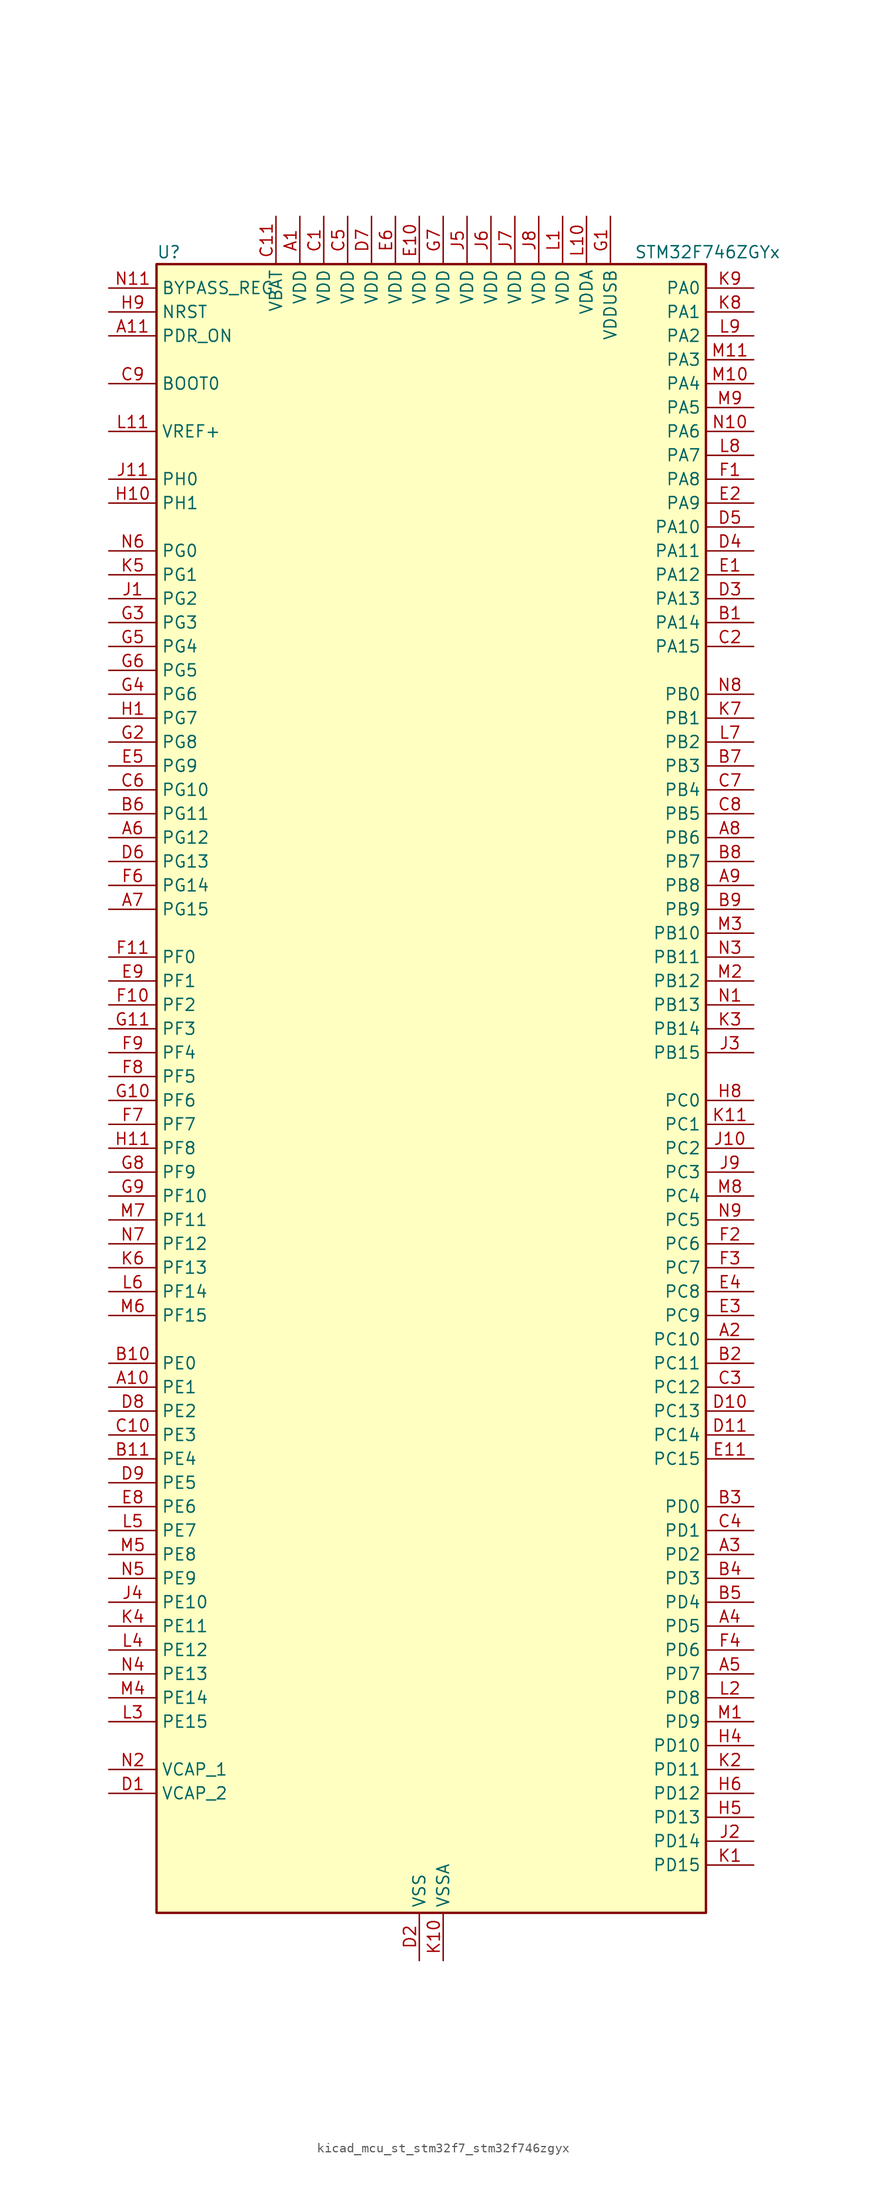
<source format=kicad_sym>
(kicad_symbol_lib
  (version 20220914)
  (generator kicad_symbol_editor)
  (symbol "kicad_mcu_st_stm32f7_stm32f746zgyx"
    (property "Reference" "U"
      (at -27.94 90.17 0)
      (effects (font (size 1.27 1.27)) (justify left)))
    (property "Value" "STM32F746ZGYx"
      (at 22.86 90.17 0)
      (effects (font (size 1.27 1.27)) (justify left)))
    (property "ki_locked" ""
      (at 0 0 0)
      (effects (font (size 1.27 1.27))))
    (symbol "kicad_mcu_st_stm32f7_stm32f746zgyx_0_1"
      (rectangle (start -27.94 -86.36) (end 30.48 88.9) (stroke (width 0.254) (type default)) (fill (type background))))
    (symbol "kicad_mcu_st_stm32f7_stm32f746zgyx_1_1"
      (pin power_in line (at -12.7 93.98 270) (length 5.08) (name "VDD" (effects (font (size 1.27 1.27)))) (number "A1" (effects (font (size 1.27 1.27)))))
      (pin bidirectional line (at -33.02 -30.48 0) (length 5.08) (name "PE1" (effects (font (size 1.27 1.27)))) (number "A10" (effects (font (size 1.27 1.27)))) (alternate "DCMI_D3" bidirectional line) (alternate "FMC_NBL1" bidirectional line) (alternate "LPTIM1_IN2" bidirectional line) (alternate "UART8_TX" bidirectional line))
      (pin input line (at -33.02 81.28 0) (length 5.08) (name "PDR_ON" (effects (font (size 1.27 1.27)))) (number "A11" (effects (font (size 1.27 1.27)))))
      (pin bidirectional line (at 35.56 -25.4 180) (length 5.08) (name "PC10" (effects (font (size 1.27 1.27)))) (number "A2" (effects (font (size 1.27 1.27)))) (alternate "DCMI_D8" bidirectional line) (alternate "I2S3_CK" bidirectional line) (alternate "LTDC_R2" bidirectional line) (alternate "QUADSPI_BK1_IO1" bidirectional line) (alternate "SDMMC1_D2" bidirectional line) (alternate "SPI3_SCK" bidirectional line) (alternate "UART4_TX" bidirectional line) (alternate "USART3_TX" bidirectional line))
      (pin bidirectional line (at 35.56 -48.26 180) (length 5.08) (name "PD2" (effects (font (size 1.27 1.27)))) (number "A3" (effects (font (size 1.27 1.27)))) (alternate "DCMI_D11" bidirectional line) (alternate "SDMMC1_CMD" bidirectional line) (alternate "SYS_TRACED2" bidirectional line) (alternate "TIM3_ETR" bidirectional line) (alternate "UART5_RX" bidirectional line))
      (pin bidirectional line (at 35.56 -55.88 180) (length 5.08) (name "PD5" (effects (font (size 1.27 1.27)))) (number "A4" (effects (font (size 1.27 1.27)))) (alternate "FMC_NWE" bidirectional line) (alternate "USART2_TX" bidirectional line))
      (pin bidirectional line (at 35.56 -60.96 180) (length 5.08) (name "PD7" (effects (font (size 1.27 1.27)))) (number "A5" (effects (font (size 1.27 1.27)))) (alternate "FMC_NE1" bidirectional line) (alternate "SPDIFRX_IN0" bidirectional line) (alternate "USART2_CK" bidirectional line))
      (pin bidirectional line (at -33.02 27.94 0) (length 5.08) (name "PG12" (effects (font (size 1.27 1.27)))) (number "A6" (effects (font (size 1.27 1.27)))) (alternate "FMC_NE4" bidirectional line) (alternate "LPTIM1_IN1" bidirectional line) (alternate "LTDC_B1" bidirectional line) (alternate "LTDC_B4" bidirectional line) (alternate "SPDIFRX_IN1" bidirectional line) (alternate "SPI6_MISO" bidirectional line) (alternate "USART6_DE" bidirectional line) (alternate "USART6_RTS" bidirectional line))
      (pin bidirectional line (at -33.02 20.32 0) (length 5.08) (name "PG15" (effects (font (size 1.27 1.27)))) (number "A7" (effects (font (size 1.27 1.27)))) (alternate "DCMI_D13" bidirectional line) (alternate "FMC_SDNCAS" bidirectional line) (alternate "USART6_CTS" bidirectional line))
      (pin bidirectional line (at 35.56 27.94 180) (length 5.08) (name "PB6" (effects (font (size 1.27 1.27)))) (number "A8" (effects (font (size 1.27 1.27)))) (alternate "CAN2_TX" bidirectional line) (alternate "CEC" bidirectional line) (alternate "DCMI_D5" bidirectional line) (alternate "FMC_SDNE1" bidirectional line) (alternate "I2C1_SCL" bidirectional line) (alternate "QUADSPI_BK1_NCS" bidirectional line) (alternate "TIM4_CH1" bidirectional line) (alternate "USART1_TX" bidirectional line))
      (pin bidirectional line (at 35.56 22.86 180) (length 5.08) (name "PB8" (effects (font (size 1.27 1.27)))) (number "A9" (effects (font (size 1.27 1.27)))) (alternate "CAN1_RX" bidirectional line) (alternate "DCMI_D6" bidirectional line) (alternate "ETH_TXD3" bidirectional line) (alternate "I2C1_SCL" bidirectional line) (alternate "LTDC_B6" bidirectional line) (alternate "SDMMC1_D4" bidirectional line) (alternate "TIM10_CH1" bidirectional line) (alternate "TIM4_CH3" bidirectional line))
      (pin bidirectional line (at 35.56 50.8 180) (length 5.08) (name "PA14" (effects (font (size 1.27 1.27)))) (number "B1" (effects (font (size 1.27 1.27)))) (alternate "SYS_JTCK-SWCLK" bidirectional line))
      (pin bidirectional line (at -33.02 -27.94 0) (length 5.08) (name "PE0" (effects (font (size 1.27 1.27)))) (number "B10" (effects (font (size 1.27 1.27)))) (alternate "DCMI_D2" bidirectional line) (alternate "FMC_NBL0" bidirectional line) (alternate "LPTIM1_ETR" bidirectional line) (alternate "SAI2_MCLK_A" bidirectional line) (alternate "TIM4_ETR" bidirectional line) (alternate "UART8_RX" bidirectional line))
      (pin bidirectional line (at -33.02 -38.1 0) (length 5.08) (name "PE4" (effects (font (size 1.27 1.27)))) (number "B11" (effects (font (size 1.27 1.27)))) (alternate "DCMI_D4" bidirectional line) (alternate "FMC_A20" bidirectional line) (alternate "LTDC_B0" bidirectional line) (alternate "SAI1_FS_A" bidirectional line) (alternate "SPI4_NSS" bidirectional line) (alternate "SYS_TRACED1" bidirectional line))
      (pin bidirectional line (at 35.56 -27.94 180) (length 5.08) (name "PC11" (effects (font (size 1.27 1.27)))) (number "B2" (effects (font (size 1.27 1.27)))) (alternate "ADC1_EXTI11" bidirectional line) (alternate "ADC2_EXTI11" bidirectional line) (alternate "ADC3_EXTI11" bidirectional line) (alternate "DCMI_D4" bidirectional line) (alternate "QUADSPI_BK2_NCS" bidirectional line) (alternate "SDMMC1_D3" bidirectional line) (alternate "SPI3_MISO" bidirectional line) (alternate "UART4_RX" bidirectional line) (alternate "USART3_RX" bidirectional line))
      (pin bidirectional line (at 35.56 -43.18 180) (length 5.08) (name "PD0" (effects (font (size 1.27 1.27)))) (number "B3" (effects (font (size 1.27 1.27)))) (alternate "CAN1_RX" bidirectional line) (alternate "FMC_D2" bidirectional line) (alternate "FMC_DA2" bidirectional line))
      (pin bidirectional line (at 35.56 -50.8 180) (length 5.08) (name "PD3" (effects (font (size 1.27 1.27)))) (number "B4" (effects (font (size 1.27 1.27)))) (alternate "DCMI_D5" bidirectional line) (alternate "FMC_CLK" bidirectional line) (alternate "I2S2_CK" bidirectional line) (alternate "LTDC_G7" bidirectional line) (alternate "SPI2_SCK" bidirectional line) (alternate "USART2_CTS" bidirectional line))
      (pin bidirectional line (at 35.56 -53.34 180) (length 5.08) (name "PD4" (effects (font (size 1.27 1.27)))) (number "B5" (effects (font (size 1.27 1.27)))) (alternate "FMC_NOE" bidirectional line) (alternate "USART2_DE" bidirectional line) (alternate "USART2_RTS" bidirectional line))
      (pin bidirectional line (at -33.02 30.48 0) (length 5.08) (name "PG11" (effects (font (size 1.27 1.27)))) (number "B6" (effects (font (size 1.27 1.27)))) (alternate "ADC1_EXTI11" bidirectional line) (alternate "ADC2_EXTI11" bidirectional line) (alternate "ADC3_EXTI11" bidirectional line) (alternate "DCMI_D3" bidirectional line) (alternate "ETH_TX_EN" bidirectional line) (alternate "LTDC_B3" bidirectional line) (alternate "SPDIFRX_IN0" bidirectional line))
      (pin bidirectional line (at 35.56 35.56 180) (length 5.08) (name "PB3" (effects (font (size 1.27 1.27)))) (number "B7" (effects (font (size 1.27 1.27)))) (alternate "I2S1_CK" bidirectional line) (alternate "I2S3_CK" bidirectional line) (alternate "SPI1_SCK" bidirectional line) (alternate "SPI3_SCK" bidirectional line) (alternate "SYS_JTDO-SWO" bidirectional line) (alternate "TIM2_CH2" bidirectional line))
      (pin bidirectional line (at 35.56 25.4 180) (length 5.08) (name "PB7" (effects (font (size 1.27 1.27)))) (number "B8" (effects (font (size 1.27 1.27)))) (alternate "DCMI_VSYNC" bidirectional line) (alternate "FMC_NL" bidirectional line) (alternate "I2C1_SDA" bidirectional line) (alternate "TIM4_CH2" bidirectional line) (alternate "USART1_RX" bidirectional line))
      (pin bidirectional line (at 35.56 20.32 180) (length 5.08) (name "PB9" (effects (font (size 1.27 1.27)))) (number "B9" (effects (font (size 1.27 1.27)))) (alternate "CAN1_TX" bidirectional line) (alternate "DAC_EXTI9" bidirectional line) (alternate "DCMI_D7" bidirectional line) (alternate "I2C1_SDA" bidirectional line) (alternate "I2S2_WS" bidirectional line) (alternate "LTDC_B7" bidirectional line) (alternate "SDMMC1_D5" bidirectional line) (alternate "SPI2_NSS" bidirectional line) (alternate "TIM11_CH1" bidirectional line) (alternate "TIM4_CH4" bidirectional line))
      (pin power_in line (at -10.16 93.98 270) (length 5.08) (name "VDD" (effects (font (size 1.27 1.27)))) (number "C1" (effects (font (size 1.27 1.27)))))
      (pin bidirectional line (at -33.02 -35.56 0) (length 5.08) (name "PE3" (effects (font (size 1.27 1.27)))) (number "C10" (effects (font (size 1.27 1.27)))) (alternate "FMC_A19" bidirectional line) (alternate "SAI1_SD_B" bidirectional line) (alternate "SYS_TRACED0" bidirectional line))
      (pin power_in line (at -15.24 93.98 270) (length 5.08) (name "VBAT" (effects (font (size 1.27 1.27)))) (number "C11" (effects (font (size 1.27 1.27)))))
      (pin bidirectional line (at 35.56 48.26 180) (length 5.08) (name "PA15" (effects (font (size 1.27 1.27)))) (number "C2" (effects (font (size 1.27 1.27)))) (alternate "CEC" bidirectional line) (alternate "I2S1_WS" bidirectional line) (alternate "I2S3_WS" bidirectional line) (alternate "SPI1_NSS" bidirectional line) (alternate "SPI3_NSS" bidirectional line) (alternate "SYS_JTDI" bidirectional line) (alternate "TIM2_CH1" bidirectional line) (alternate "TIM2_ETR" bidirectional line) (alternate "UART4_DE" bidirectional line) (alternate "UART4_RTS" bidirectional line))
      (pin bidirectional line (at 35.56 -30.48 180) (length 5.08) (name "PC12" (effects (font (size 1.27 1.27)))) (number "C3" (effects (font (size 1.27 1.27)))) (alternate "DCMI_D9" bidirectional line) (alternate "I2S3_SD" bidirectional line) (alternate "SDMMC1_CK" bidirectional line) (alternate "SPI3_MOSI" bidirectional line) (alternate "SYS_TRACED3" bidirectional line) (alternate "UART5_TX" bidirectional line) (alternate "USART3_CK" bidirectional line))
      (pin bidirectional line (at 35.56 -45.72 180) (length 5.08) (name "PD1" (effects (font (size 1.27 1.27)))) (number "C4" (effects (font (size 1.27 1.27)))) (alternate "CAN1_TX" bidirectional line) (alternate "FMC_D3" bidirectional line) (alternate "FMC_DA3" bidirectional line))
      (pin power_in line (at -7.62 93.98 270) (length 5.08) (name "VDD" (effects (font (size 1.27 1.27)))) (number "C5" (effects (font (size 1.27 1.27)))))
      (pin bidirectional line (at -33.02 33.02 0) (length 5.08) (name "PG10" (effects (font (size 1.27 1.27)))) (number "C6" (effects (font (size 1.27 1.27)))) (alternate "DCMI_D2" bidirectional line) (alternate "FMC_NE3" bidirectional line) (alternate "LTDC_B2" bidirectional line) (alternate "LTDC_G3" bidirectional line) (alternate "SAI2_SD_B" bidirectional line))
      (pin bidirectional line (at 35.56 33.02 180) (length 5.08) (name "PB4" (effects (font (size 1.27 1.27)))) (number "C7" (effects (font (size 1.27 1.27)))) (alternate "I2S2_WS" bidirectional line) (alternate "SPI1_MISO" bidirectional line) (alternate "SPI2_NSS" bidirectional line) (alternate "SPI3_MISO" bidirectional line) (alternate "SYS_JTRST" bidirectional line) (alternate "TIM3_CH1" bidirectional line))
      (pin bidirectional line (at 35.56 30.48 180) (length 5.08) (name "PB5" (effects (font (size 1.27 1.27)))) (number "C8" (effects (font (size 1.27 1.27)))) (alternate "CAN2_RX" bidirectional line) (alternate "DCMI_D10" bidirectional line) (alternate "ETH_PPS_OUT" bidirectional line) (alternate "FMC_SDCKE1" bidirectional line) (alternate "I2C1_SMBA" bidirectional line) (alternate "I2S1_SD" bidirectional line) (alternate "I2S3_SD" bidirectional line) (alternate "SPI1_MOSI" bidirectional line) (alternate "SPI3_MOSI" bidirectional line) (alternate "TIM3_CH2" bidirectional line) (alternate "USB_OTG_HS_ULPI_D7" bidirectional line))
      (pin input line (at -33.02 76.2 0) (length 5.08) (name "BOOT0" (effects (font (size 1.27 1.27)))) (number "C9" (effects (font (size 1.27 1.27)))))
      (pin power_out line (at -33.02 -73.66 0) (length 5.08) (name "VCAP_2" (effects (font (size 1.27 1.27)))) (number "D1" (effects (font (size 1.27 1.27)))))
      (pin bidirectional line (at 35.56 -33.02 180) (length 5.08) (name "PC13" (effects (font (size 1.27 1.27)))) (number "D10" (effects (font (size 1.27 1.27)))) (alternate "RTC_OUT" bidirectional line) (alternate "RTC_TAMP1" bidirectional line) (alternate "RTC_TS" bidirectional line) (alternate "SYS_WKUP4" bidirectional line))
      (pin bidirectional line (at 35.56 -35.56 180) (length 5.08) (name "PC14" (effects (font (size 1.27 1.27)))) (number "D11" (effects (font (size 1.27 1.27)))) (alternate "RCC_OSC32_IN" bidirectional line))
      (pin power_in line (at 0 -91.44 90) (length 5.08) (name "VSS" (effects (font (size 1.27 1.27)))) (number "D2" (effects (font (size 1.27 1.27)))))
      (pin bidirectional line (at 35.56 53.34 180) (length 5.08) (name "PA13" (effects (font (size 1.27 1.27)))) (number "D3" (effects (font (size 1.27 1.27)))) (alternate "SYS_JTMS-SWDIO" bidirectional line))
      (pin bidirectional line (at 35.56 58.42 180) (length 5.08) (name "PA11" (effects (font (size 1.27 1.27)))) (number "D4" (effects (font (size 1.27 1.27)))) (alternate "ADC1_EXTI11" bidirectional line) (alternate "ADC2_EXTI11" bidirectional line) (alternate "ADC3_EXTI11" bidirectional line) (alternate "CAN1_RX" bidirectional line) (alternate "LTDC_R4" bidirectional line) (alternate "TIM1_CH4" bidirectional line) (alternate "USART1_CTS" bidirectional line) (alternate "USB_OTG_FS_DM" bidirectional line))
      (pin bidirectional line (at 35.56 60.96 180) (length 5.08) (name "PA10" (effects (font (size 1.27 1.27)))) (number "D5" (effects (font (size 1.27 1.27)))) (alternate "DCMI_D1" bidirectional line) (alternate "TIM1_CH3" bidirectional line) (alternate "USART1_RX" bidirectional line) (alternate "USB_OTG_FS_ID" bidirectional line))
      (pin bidirectional line (at -33.02 25.4 0) (length 5.08) (name "PG13" (effects (font (size 1.27 1.27)))) (number "D6" (effects (font (size 1.27 1.27)))) (alternate "ETH_TXD0" bidirectional line) (alternate "FMC_A24" bidirectional line) (alternate "LPTIM1_OUT" bidirectional line) (alternate "LTDC_R0" bidirectional line) (alternate "SPI6_SCK" bidirectional line) (alternate "SYS_TRACED0" bidirectional line) (alternate "USART6_CTS" bidirectional line))
      (pin power_in line (at -5.08 93.98 270) (length 5.08) (name "VDD" (effects (font (size 1.27 1.27)))) (number "D7" (effects (font (size 1.27 1.27)))))
      (pin bidirectional line (at -33.02 -33.02 0) (length 5.08) (name "PE2" (effects (font (size 1.27 1.27)))) (number "D8" (effects (font (size 1.27 1.27)))) (alternate "ETH_TXD3" bidirectional line) (alternate "FMC_A23" bidirectional line) (alternate "QUADSPI_BK1_IO2" bidirectional line) (alternate "SAI1_MCLK_A" bidirectional line) (alternate "SPI4_SCK" bidirectional line) (alternate "SYS_TRACECLK" bidirectional line))
      (pin bidirectional line (at -33.02 -40.64 0) (length 5.08) (name "PE5" (effects (font (size 1.27 1.27)))) (number "D9" (effects (font (size 1.27 1.27)))) (alternate "DCMI_D6" bidirectional line) (alternate "FMC_A21" bidirectional line) (alternate "LTDC_G0" bidirectional line) (alternate "SAI1_SCK_A" bidirectional line) (alternate "SPI4_MISO" bidirectional line) (alternate "SYS_TRACED2" bidirectional line) (alternate "TIM9_CH1" bidirectional line))
      (pin bidirectional line (at 35.56 55.88 180) (length 5.08) (name "PA12" (effects (font (size 1.27 1.27)))) (number "E1" (effects (font (size 1.27 1.27)))) (alternate "CAN1_TX" bidirectional line) (alternate "LTDC_R5" bidirectional line) (alternate "SAI2_FS_B" bidirectional line) (alternate "TIM1_ETR" bidirectional line) (alternate "USART1_DE" bidirectional line) (alternate "USART1_RTS" bidirectional line) (alternate "USB_OTG_FS_DP" bidirectional line))
      (pin power_in line (at 0 93.98 270) (length 5.08) (name "VDD" (effects (font (size 1.27 1.27)))) (number "E10" (effects (font (size 1.27 1.27)))))
      (pin bidirectional line (at 35.56 -38.1 180) (length 5.08) (name "PC15" (effects (font (size 1.27 1.27)))) (number "E11" (effects (font (size 1.27 1.27)))) (alternate "RCC_OSC32_OUT" bidirectional line))
      (pin bidirectional line (at 35.56 63.5 180) (length 5.08) (name "PA9" (effects (font (size 1.27 1.27)))) (number "E2" (effects (font (size 1.27 1.27)))) (alternate "DAC_EXTI9" bidirectional line) (alternate "DCMI_D0" bidirectional line) (alternate "I2C3_SMBA" bidirectional line) (alternate "I2S2_CK" bidirectional line) (alternate "SPI2_SCK" bidirectional line) (alternate "TIM1_CH2" bidirectional line) (alternate "USART1_TX" bidirectional line) (alternate "USB_OTG_FS_VBUS" bidirectional line))
      (pin bidirectional line (at 35.56 -22.86 180) (length 5.08) (name "PC9" (effects (font (size 1.27 1.27)))) (number "E3" (effects (font (size 1.27 1.27)))) (alternate "DAC_EXTI9" bidirectional line) (alternate "DCMI_D3" bidirectional line) (alternate "I2C3_SDA" bidirectional line) (alternate "I2S_CKIN" bidirectional line) (alternate "QUADSPI_BK1_IO0" bidirectional line) (alternate "RCC_MCO_2" bidirectional line) (alternate "SDMMC1_D1" bidirectional line) (alternate "TIM3_CH4" bidirectional line) (alternate "TIM8_CH4" bidirectional line) (alternate "UART5_CTS" bidirectional line))
      (pin bidirectional line (at 35.56 -20.32 180) (length 5.08) (name "PC8" (effects (font (size 1.27 1.27)))) (number "E4" (effects (font (size 1.27 1.27)))) (alternate "DCMI_D2" bidirectional line) (alternate "SDMMC1_D0" bidirectional line) (alternate "SYS_TRACED1" bidirectional line) (alternate "TIM3_CH3" bidirectional line) (alternate "TIM8_CH3" bidirectional line) (alternate "UART5_DE" bidirectional line) (alternate "UART5_RTS" bidirectional line) (alternate "USART6_CK" bidirectional line))
      (pin bidirectional line (at -33.02 35.56 0) (length 5.08) (name "PG9" (effects (font (size 1.27 1.27)))) (number "E5" (effects (font (size 1.27 1.27)))) (alternate "DAC_EXTI9" bidirectional line) (alternate "DCMI_VSYNC" bidirectional line) (alternate "FMC_NCE" bidirectional line) (alternate "FMC_NE2" bidirectional line) (alternate "QUADSPI_BK2_IO2" bidirectional line) (alternate "SAI2_FS_B" bidirectional line) (alternate "SPDIFRX_IN3" bidirectional line) (alternate "USART6_RX" bidirectional line))
      (pin power_in line (at -2.54 93.98 270) (length 5.08) (name "VDD" (effects (font (size 1.27 1.27)))) (number "E6" (effects (font (size 1.27 1.27)))))
      (pin passive line (at 0 -91.44 90) (length 5.08) hide (name "VSS" (effects (font (size 1.27 1.27)))) (number "E7" (effects (font (size 1.27 1.27)))))
      (pin bidirectional line (at -33.02 -43.18 0) (length 5.08) (name "PE6" (effects (font (size 1.27 1.27)))) (number "E8" (effects (font (size 1.27 1.27)))) (alternate "DCMI_D7" bidirectional line) (alternate "FMC_A22" bidirectional line) (alternate "LTDC_G1" bidirectional line) (alternate "SAI1_SD_A" bidirectional line) (alternate "SAI2_MCLK_B" bidirectional line) (alternate "SPI4_MOSI" bidirectional line) (alternate "SYS_TRACED3" bidirectional line) (alternate "TIM1_BKIN2" bidirectional line) (alternate "TIM9_CH2" bidirectional line))
      (pin bidirectional line (at -33.02 12.7 0) (length 5.08) (name "PF1" (effects (font (size 1.27 1.27)))) (number "E9" (effects (font (size 1.27 1.27)))) (alternate "FMC_A1" bidirectional line) (alternate "I2C2_SCL" bidirectional line))
      (pin bidirectional line (at 35.56 66.04 180) (length 5.08) (name "PA8" (effects (font (size 1.27 1.27)))) (number "F1" (effects (font (size 1.27 1.27)))) (alternate "I2C3_SCL" bidirectional line) (alternate "LTDC_R6" bidirectional line) (alternate "RCC_MCO_1" bidirectional line) (alternate "TIM1_CH1" bidirectional line) (alternate "TIM8_BKIN2" bidirectional line) (alternate "USART1_CK" bidirectional line) (alternate "USB_OTG_FS_SOF" bidirectional line))
      (pin bidirectional line (at -33.02 10.16 0) (length 5.08) (name "PF2" (effects (font (size 1.27 1.27)))) (number "F10" (effects (font (size 1.27 1.27)))) (alternate "FMC_A2" bidirectional line) (alternate "I2C2_SMBA" bidirectional line))
      (pin bidirectional line (at -33.02 15.24 0) (length 5.08) (name "PF0" (effects (font (size 1.27 1.27)))) (number "F11" (effects (font (size 1.27 1.27)))) (alternate "FMC_A0" bidirectional line) (alternate "I2C2_SDA" bidirectional line))
      (pin bidirectional line (at 35.56 -15.24 180) (length 5.08) (name "PC6" (effects (font (size 1.27 1.27)))) (number "F2" (effects (font (size 1.27 1.27)))) (alternate "DCMI_D0" bidirectional line) (alternate "I2S2_MCK" bidirectional line) (alternate "LTDC_HSYNC" bidirectional line) (alternate "SDMMC1_D6" bidirectional line) (alternate "TIM3_CH1" bidirectional line) (alternate "TIM8_CH1" bidirectional line) (alternate "USART6_TX" bidirectional line))
      (pin bidirectional line (at 35.56 -17.78 180) (length 5.08) (name "PC7" (effects (font (size 1.27 1.27)))) (number "F3" (effects (font (size 1.27 1.27)))) (alternate "DCMI_D1" bidirectional line) (alternate "I2S3_MCK" bidirectional line) (alternate "LTDC_G6" bidirectional line) (alternate "SDMMC1_D7" bidirectional line) (alternate "TIM3_CH2" bidirectional line) (alternate "TIM8_CH2" bidirectional line) (alternate "USART6_RX" bidirectional line))
      (pin bidirectional line (at 35.56 -58.42 180) (length 5.08) (name "PD6" (effects (font (size 1.27 1.27)))) (number "F4" (effects (font (size 1.27 1.27)))) (alternate "DCMI_D10" bidirectional line) (alternate "FMC_NWAIT" bidirectional line) (alternate "I2S3_SD" bidirectional line) (alternate "LTDC_B2" bidirectional line) (alternate "SAI1_SD_A" bidirectional line) (alternate "SPI3_MOSI" bidirectional line) (alternate "USART2_RX" bidirectional line))
      (pin passive line (at 0 -91.44 90) (length 5.08) hide (name "VSS" (effects (font (size 1.27 1.27)))) (number "F5" (effects (font (size 1.27 1.27)))))
      (pin bidirectional line (at -33.02 22.86 0) (length 5.08) (name "PG14" (effects (font (size 1.27 1.27)))) (number "F6" (effects (font (size 1.27 1.27)))) (alternate "ETH_TXD1" bidirectional line) (alternate "FMC_A25" bidirectional line) (alternate "LPTIM1_ETR" bidirectional line) (alternate "LTDC_B0" bidirectional line) (alternate "QUADSPI_BK2_IO3" bidirectional line) (alternate "SPI6_MOSI" bidirectional line) (alternate "SYS_TRACED1" bidirectional line) (alternate "USART6_TX" bidirectional line))
      (pin bidirectional line (at -33.02 -2.54 0) (length 5.08) (name "PF7" (effects (font (size 1.27 1.27)))) (number "F7" (effects (font (size 1.27 1.27)))) (alternate "ADC3_IN5" bidirectional line) (alternate "QUADSPI_BK1_IO2" bidirectional line) (alternate "SAI1_MCLK_B" bidirectional line) (alternate "SPI5_SCK" bidirectional line) (alternate "TIM11_CH1" bidirectional line) (alternate "UART7_TX" bidirectional line))
      (pin bidirectional line (at -33.02 2.54 0) (length 5.08) (name "PF5" (effects (font (size 1.27 1.27)))) (number "F8" (effects (font (size 1.27 1.27)))) (alternate "ADC3_IN15" bidirectional line) (alternate "FMC_A5" bidirectional line))
      (pin bidirectional line (at -33.02 5.08 0) (length 5.08) (name "PF4" (effects (font (size 1.27 1.27)))) (number "F9" (effects (font (size 1.27 1.27)))) (alternate "ADC3_IN14" bidirectional line) (alternate "FMC_A4" bidirectional line))
      (pin power_in line (at 20.32 93.98 270) (length 5.08) (name "VDDUSB" (effects (font (size 1.27 1.27)))) (number "G1" (effects (font (size 1.27 1.27)))))
      (pin bidirectional line (at -33.02 0 0) (length 5.08) (name "PF6" (effects (font (size 1.27 1.27)))) (number "G10" (effects (font (size 1.27 1.27)))) (alternate "ADC3_IN4" bidirectional line) (alternate "QUADSPI_BK1_IO3" bidirectional line) (alternate "SAI1_SD_B" bidirectional line) (alternate "SPI5_NSS" bidirectional line) (alternate "TIM10_CH1" bidirectional line) (alternate "UART7_RX" bidirectional line))
      (pin bidirectional line (at -33.02 7.62 0) (length 5.08) (name "PF3" (effects (font (size 1.27 1.27)))) (number "G11" (effects (font (size 1.27 1.27)))) (alternate "ADC3_IN9" bidirectional line) (alternate "FMC_A3" bidirectional line))
      (pin bidirectional line (at -33.02 38.1 0) (length 5.08) (name "PG8" (effects (font (size 1.27 1.27)))) (number "G2" (effects (font (size 1.27 1.27)))) (alternate "ETH_PPS_OUT" bidirectional line) (alternate "FMC_SDCLK" bidirectional line) (alternate "SPDIFRX_IN2" bidirectional line) (alternate "SPI6_NSS" bidirectional line) (alternate "USART6_DE" bidirectional line) (alternate "USART6_RTS" bidirectional line))
      (pin bidirectional line (at -33.02 50.8 0) (length 5.08) (name "PG3" (effects (font (size 1.27 1.27)))) (number "G3" (effects (font (size 1.27 1.27)))) (alternate "FMC_A13" bidirectional line))
      (pin bidirectional line (at -33.02 43.18 0) (length 5.08) (name "PG6" (effects (font (size 1.27 1.27)))) (number "G4" (effects (font (size 1.27 1.27)))) (alternate "DCMI_D12" bidirectional line) (alternate "LTDC_R7" bidirectional line))
      (pin bidirectional line (at -33.02 48.26 0) (length 5.08) (name "PG4" (effects (font (size 1.27 1.27)))) (number "G5" (effects (font (size 1.27 1.27)))) (alternate "FMC_A14" bidirectional line) (alternate "FMC_BA0" bidirectional line))
      (pin bidirectional line (at -33.02 45.72 0) (length 5.08) (name "PG5" (effects (font (size 1.27 1.27)))) (number "G6" (effects (font (size 1.27 1.27)))) (alternate "FMC_A15" bidirectional line) (alternate "FMC_BA1" bidirectional line))
      (pin power_in line (at 2.54 93.98 270) (length 5.08) (name "VDD" (effects (font (size 1.27 1.27)))) (number "G7" (effects (font (size 1.27 1.27)))))
      (pin bidirectional line (at -33.02 -7.62 0) (length 5.08) (name "PF9" (effects (font (size 1.27 1.27)))) (number "G8" (effects (font (size 1.27 1.27)))) (alternate "ADC3_IN7" bidirectional line) (alternate "DAC_EXTI9" bidirectional line) (alternate "QUADSPI_BK1_IO1" bidirectional line) (alternate "SAI1_FS_B" bidirectional line) (alternate "SPI5_MOSI" bidirectional line) (alternate "TIM14_CH1" bidirectional line) (alternate "UART7_CTS" bidirectional line))
      (pin bidirectional line (at -33.02 -10.16 0) (length 5.08) (name "PF10" (effects (font (size 1.27 1.27)))) (number "G9" (effects (font (size 1.27 1.27)))) (alternate "ADC3_IN8" bidirectional line) (alternate "DCMI_D11" bidirectional line) (alternate "LTDC_DE" bidirectional line))
      (pin bidirectional line (at -33.02 40.64 0) (length 5.08) (name "PG7" (effects (font (size 1.27 1.27)))) (number "H1" (effects (font (size 1.27 1.27)))) (alternate "DCMI_D13" bidirectional line) (alternate "FMC_INT" bidirectional line) (alternate "LTDC_CLK" bidirectional line) (alternate "USART6_CK" bidirectional line))
      (pin bidirectional line (at -33.02 63.5 0) (length 5.08) (name "PH1" (effects (font (size 1.27 1.27)))) (number "H10" (effects (font (size 1.27 1.27)))) (alternate "RCC_OSC_OUT" bidirectional line))
      (pin bidirectional line (at -33.02 -5.08 0) (length 5.08) (name "PF8" (effects (font (size 1.27 1.27)))) (number "H11" (effects (font (size 1.27 1.27)))) (alternate "ADC3_IN6" bidirectional line) (alternate "QUADSPI_BK1_IO0" bidirectional line) (alternate "SAI1_SCK_B" bidirectional line) (alternate "SPI5_MISO" bidirectional line) (alternate "TIM13_CH1" bidirectional line) (alternate "UART7_DE" bidirectional line) (alternate "UART7_RTS" bidirectional line))
      (pin passive line (at 0 -91.44 90) (length 5.08) hide (name "VSS" (effects (font (size 1.27 1.27)))) (number "H2" (effects (font (size 1.27 1.27)))))
      (pin passive line (at 0 -91.44 90) (length 5.08) hide (name "VSS" (effects (font (size 1.27 1.27)))) (number "H3" (effects (font (size 1.27 1.27)))))
      (pin bidirectional line (at 35.56 -68.58 180) (length 5.08) (name "PD10" (effects (font (size 1.27 1.27)))) (number "H4" (effects (font (size 1.27 1.27)))) (alternate "FMC_D15" bidirectional line) (alternate "FMC_DA15" bidirectional line) (alternate "LTDC_B3" bidirectional line) (alternate "USART3_CK" bidirectional line))
      (pin bidirectional line (at 35.56 -76.2 180) (length 5.08) (name "PD13" (effects (font (size 1.27 1.27)))) (number "H5" (effects (font (size 1.27 1.27)))) (alternate "FMC_A18" bidirectional line) (alternate "I2C4_SDA" bidirectional line) (alternate "LPTIM1_OUT" bidirectional line) (alternate "QUADSPI_BK1_IO3" bidirectional line) (alternate "SAI2_SCK_A" bidirectional line) (alternate "TIM4_CH2" bidirectional line))
      (pin bidirectional line (at 35.56 -73.66 180) (length 5.08) (name "PD12" (effects (font (size 1.27 1.27)))) (number "H6" (effects (font (size 1.27 1.27)))) (alternate "FMC_A17" bidirectional line) (alternate "FMC_ALE" bidirectional line) (alternate "I2C4_SCL" bidirectional line) (alternate "LPTIM1_IN1" bidirectional line) (alternate "QUADSPI_BK1_IO1" bidirectional line) (alternate "SAI2_FS_A" bidirectional line) (alternate "TIM4_CH1" bidirectional line) (alternate "USART3_DE" bidirectional line) (alternate "USART3_RTS" bidirectional line))
      (pin passive line (at 0 -91.44 90) (length 5.08) hide (name "VSS" (effects (font (size 1.27 1.27)))) (number "H7" (effects (font (size 1.27 1.27)))))
      (pin bidirectional line (at 35.56 0 180) (length 5.08) (name "PC0" (effects (font (size 1.27 1.27)))) (number "H8" (effects (font (size 1.27 1.27)))) (alternate "ADC1_IN10" bidirectional line) (alternate "ADC2_IN10" bidirectional line) (alternate "ADC3_IN10" bidirectional line) (alternate "FMC_SDNWE" bidirectional line) (alternate "LTDC_R5" bidirectional line) (alternate "SAI2_FS_B" bidirectional line) (alternate "USB_OTG_HS_ULPI_STP" bidirectional line))
      (pin input line (at -33.02 83.82 0) (length 5.08) (name "NRST" (effects (font (size 1.27 1.27)))) (number "H9" (effects (font (size 1.27 1.27)))))
      (pin bidirectional line (at -33.02 53.34 0) (length 5.08) (name "PG2" (effects (font (size 1.27 1.27)))) (number "J1" (effects (font (size 1.27 1.27)))) (alternate "FMC_A12" bidirectional line))
      (pin bidirectional line (at 35.56 -5.08 180) (length 5.08) (name "PC2" (effects (font (size 1.27 1.27)))) (number "J10" (effects (font (size 1.27 1.27)))) (alternate "ADC1_IN12" bidirectional line) (alternate "ADC2_IN12" bidirectional line) (alternate "ADC3_IN12" bidirectional line) (alternate "ETH_TXD2" bidirectional line) (alternate "FMC_SDNE0" bidirectional line) (alternate "SPI2_MISO" bidirectional line) (alternate "USB_OTG_HS_ULPI_DIR" bidirectional line))
      (pin bidirectional line (at -33.02 66.04 0) (length 5.08) (name "PH0" (effects (font (size 1.27 1.27)))) (number "J11" (effects (font (size 1.27 1.27)))) (alternate "RCC_OSC_IN" bidirectional line))
      (pin bidirectional line (at 35.56 -78.74 180) (length 5.08) (name "PD14" (effects (font (size 1.27 1.27)))) (number "J2" (effects (font (size 1.27 1.27)))) (alternate "FMC_D0" bidirectional line) (alternate "FMC_DA0" bidirectional line) (alternate "TIM4_CH3" bidirectional line) (alternate "UART8_CTS" bidirectional line))
      (pin bidirectional line (at 35.56 5.08 180) (length 5.08) (name "PB15" (effects (font (size 1.27 1.27)))) (number "J3" (effects (font (size 1.27 1.27)))) (alternate "I2S2_SD" bidirectional line) (alternate "RTC_REFIN" bidirectional line) (alternate "SPI2_MOSI" bidirectional line) (alternate "TIM12_CH2" bidirectional line) (alternate "TIM1_CH3N" bidirectional line) (alternate "TIM8_CH3N" bidirectional line) (alternate "USB_OTG_HS_DP" bidirectional line))
      (pin bidirectional line (at -33.02 -53.34 0) (length 5.08) (name "PE10" (effects (font (size 1.27 1.27)))) (number "J4" (effects (font (size 1.27 1.27)))) (alternate "FMC_D7" bidirectional line) (alternate "FMC_DA7" bidirectional line) (alternate "QUADSPI_BK2_IO3" bidirectional line) (alternate "TIM1_CH2N" bidirectional line) (alternate "UART7_CTS" bidirectional line))
      (pin power_in line (at 5.08 93.98 270) (length 5.08) (name "VDD" (effects (font (size 1.27 1.27)))) (number "J5" (effects (font (size 1.27 1.27)))))
      (pin power_in line (at 7.62 93.98 270) (length 5.08) (name "VDD" (effects (font (size 1.27 1.27)))) (number "J6" (effects (font (size 1.27 1.27)))))
      (pin power_in line (at 10.16 93.98 270) (length 5.08) (name "VDD" (effects (font (size 1.27 1.27)))) (number "J7" (effects (font (size 1.27 1.27)))))
      (pin power_in line (at 12.7 93.98 270) (length 5.08) (name "VDD" (effects (font (size 1.27 1.27)))) (number "J8" (effects (font (size 1.27 1.27)))))
      (pin bidirectional line (at 35.56 -7.62 180) (length 5.08) (name "PC3" (effects (font (size 1.27 1.27)))) (number "J9" (effects (font (size 1.27 1.27)))) (alternate "ADC1_IN13" bidirectional line) (alternate "ADC2_IN13" bidirectional line) (alternate "ADC3_IN13" bidirectional line) (alternate "ETH_TX_CLK" bidirectional line) (alternate "FMC_SDCKE0" bidirectional line) (alternate "I2S2_SD" bidirectional line) (alternate "SPI2_MOSI" bidirectional line) (alternate "USB_OTG_HS_ULPI_NXT" bidirectional line))
      (pin bidirectional line (at 35.56 -81.28 180) (length 5.08) (name "PD15" (effects (font (size 1.27 1.27)))) (number "K1" (effects (font (size 1.27 1.27)))) (alternate "FMC_D1" bidirectional line) (alternate "FMC_DA1" bidirectional line) (alternate "TIM4_CH4" bidirectional line) (alternate "UART8_DE" bidirectional line) (alternate "UART8_RTS" bidirectional line))
      (pin power_in line (at 2.54 -91.44 90) (length 5.08) (name "VSSA" (effects (font (size 1.27 1.27)))) (number "K10" (effects (font (size 1.27 1.27)))))
      (pin bidirectional line (at 35.56 -2.54 180) (length 5.08) (name "PC1" (effects (font (size 1.27 1.27)))) (number "K11" (effects (font (size 1.27 1.27)))) (alternate "ADC1_IN11" bidirectional line) (alternate "ADC2_IN11" bidirectional line) (alternate "ADC3_IN11" bidirectional line) (alternate "ETH_MDC" bidirectional line) (alternate "I2S2_SD" bidirectional line) (alternate "RTC_TAMP3" bidirectional line) (alternate "RTC_TS" bidirectional line) (alternate "SAI1_SD_A" bidirectional line) (alternate "SPI2_MOSI" bidirectional line) (alternate "SYS_TRACED0" bidirectional line) (alternate "SYS_WKUP3" bidirectional line))
      (pin bidirectional line (at 35.56 -71.12 180) (length 5.08) (name "PD11" (effects (font (size 1.27 1.27)))) (number "K2" (effects (font (size 1.27 1.27)))) (alternate "ADC1_EXTI11" bidirectional line) (alternate "ADC2_EXTI11" bidirectional line) (alternate "ADC3_EXTI11" bidirectional line) (alternate "FMC_A16" bidirectional line) (alternate "FMC_CLE" bidirectional line) (alternate "I2C4_SMBA" bidirectional line) (alternate "QUADSPI_BK1_IO0" bidirectional line) (alternate "SAI2_SD_A" bidirectional line) (alternate "USART3_CTS" bidirectional line))
      (pin bidirectional line (at 35.56 7.62 180) (length 5.08) (name "PB14" (effects (font (size 1.27 1.27)))) (number "K3" (effects (font (size 1.27 1.27)))) (alternate "SPI2_MISO" bidirectional line) (alternate "TIM12_CH1" bidirectional line) (alternate "TIM1_CH2N" bidirectional line) (alternate "TIM8_CH2N" bidirectional line) (alternate "USART3_DE" bidirectional line) (alternate "USART3_RTS" bidirectional line) (alternate "USB_OTG_HS_DM" bidirectional line))
      (pin bidirectional line (at -33.02 -55.88 0) (length 5.08) (name "PE11" (effects (font (size 1.27 1.27)))) (number "K4" (effects (font (size 1.27 1.27)))) (alternate "ADC1_EXTI11" bidirectional line) (alternate "ADC2_EXTI11" bidirectional line) (alternate "ADC3_EXTI11" bidirectional line) (alternate "FMC_D8" bidirectional line) (alternate "FMC_DA8" bidirectional line) (alternate "LTDC_G3" bidirectional line) (alternate "SAI2_SD_B" bidirectional line) (alternate "SPI4_NSS" bidirectional line) (alternate "TIM1_CH2" bidirectional line))
      (pin bidirectional line (at -33.02 55.88 0) (length 5.08) (name "PG1" (effects (font (size 1.27 1.27)))) (number "K5" (effects (font (size 1.27 1.27)))) (alternate "FMC_A11" bidirectional line))
      (pin bidirectional line (at -33.02 -17.78 0) (length 5.08) (name "PF13" (effects (font (size 1.27 1.27)))) (number "K6" (effects (font (size 1.27 1.27)))) (alternate "FMC_A7" bidirectional line) (alternate "I2C4_SMBA" bidirectional line))
      (pin bidirectional line (at 35.56 40.64 180) (length 5.08) (name "PB1" (effects (font (size 1.27 1.27)))) (number "K7" (effects (font (size 1.27 1.27)))) (alternate "ADC1_IN9" bidirectional line) (alternate "ADC2_IN9" bidirectional line) (alternate "ETH_RXD3" bidirectional line) (alternate "LTDC_R6" bidirectional line) (alternate "TIM1_CH3N" bidirectional line) (alternate "TIM3_CH4" bidirectional line) (alternate "TIM8_CH3N" bidirectional line) (alternate "USB_OTG_HS_ULPI_D2" bidirectional line))
      (pin bidirectional line (at 35.56 83.82 180) (length 5.08) (name "PA1" (effects (font (size 1.27 1.27)))) (number "K8" (effects (font (size 1.27 1.27)))) (alternate "ADC1_IN1" bidirectional line) (alternate "ADC2_IN1" bidirectional line) (alternate "ADC3_IN1" bidirectional line) (alternate "ETH_REF_CLK" bidirectional line) (alternate "ETH_RX_CLK" bidirectional line) (alternate "LTDC_R2" bidirectional line) (alternate "QUADSPI_BK1_IO3" bidirectional line) (alternate "SAI2_MCLK_B" bidirectional line) (alternate "TIM2_CH2" bidirectional line) (alternate "TIM5_CH2" bidirectional line) (alternate "UART4_RX" bidirectional line) (alternate "USART2_DE" bidirectional line) (alternate "USART2_RTS" bidirectional line))
      (pin bidirectional line (at 35.56 86.36 180) (length 5.08) (name "PA0" (effects (font (size 1.27 1.27)))) (number "K9" (effects (font (size 1.27 1.27)))) (alternate "ADC1_IN0" bidirectional line) (alternate "ADC2_IN0" bidirectional line) (alternate "ADC3_IN0" bidirectional line) (alternate "ETH_CRS" bidirectional line) (alternate "SAI2_SD_B" bidirectional line) (alternate "SYS_WKUP1" bidirectional line) (alternate "TIM2_CH1" bidirectional line) (alternate "TIM2_ETR" bidirectional line) (alternate "TIM5_CH1" bidirectional line) (alternate "TIM8_ETR" bidirectional line) (alternate "UART4_TX" bidirectional line) (alternate "USART2_CTS" bidirectional line))
      (pin power_in line (at 15.24 93.98 270) (length 5.08) (name "VDD" (effects (font (size 1.27 1.27)))) (number "L1" (effects (font (size 1.27 1.27)))))
      (pin power_in line (at 17.78 93.98 270) (length 5.08) (name "VDDA" (effects (font (size 1.27 1.27)))) (number "L10" (effects (font (size 1.27 1.27)))))
      (pin input line (at -33.02 71.12 0) (length 5.08) (name "VREF+" (effects (font (size 1.27 1.27)))) (number "L11" (effects (font (size 1.27 1.27)))))
      (pin bidirectional line (at 35.56 -63.5 180) (length 5.08) (name "PD8" (effects (font (size 1.27 1.27)))) (number "L2" (effects (font (size 1.27 1.27)))) (alternate "FMC_D13" bidirectional line) (alternate "FMC_DA13" bidirectional line) (alternate "SPDIFRX_IN1" bidirectional line) (alternate "USART3_TX" bidirectional line))
      (pin bidirectional line (at -33.02 -66.04 0) (length 5.08) (name "PE15" (effects (font (size 1.27 1.27)))) (number "L3" (effects (font (size 1.27 1.27)))) (alternate "FMC_D12" bidirectional line) (alternate "FMC_DA12" bidirectional line) (alternate "LTDC_R7" bidirectional line) (alternate "TIM1_BKIN" bidirectional line))
      (pin bidirectional line (at -33.02 -58.42 0) (length 5.08) (name "PE12" (effects (font (size 1.27 1.27)))) (number "L4" (effects (font (size 1.27 1.27)))) (alternate "FMC_D9" bidirectional line) (alternate "FMC_DA9" bidirectional line) (alternate "LTDC_B4" bidirectional line) (alternate "SAI2_SCK_B" bidirectional line) (alternate "SPI4_SCK" bidirectional line) (alternate "TIM1_CH3N" bidirectional line))
      (pin bidirectional line (at -33.02 -45.72 0) (length 5.08) (name "PE7" (effects (font (size 1.27 1.27)))) (number "L5" (effects (font (size 1.27 1.27)))) (alternate "FMC_D4" bidirectional line) (alternate "FMC_DA4" bidirectional line) (alternate "QUADSPI_BK2_IO0" bidirectional line) (alternate "TIM1_ETR" bidirectional line) (alternate "UART7_RX" bidirectional line))
      (pin bidirectional line (at -33.02 -20.32 0) (length 5.08) (name "PF14" (effects (font (size 1.27 1.27)))) (number "L6" (effects (font (size 1.27 1.27)))) (alternate "FMC_A8" bidirectional line) (alternate "I2C4_SCL" bidirectional line))
      (pin bidirectional line (at 35.56 38.1 180) (length 5.08) (name "PB2" (effects (font (size 1.27 1.27)))) (number "L7" (effects (font (size 1.27 1.27)))) (alternate "I2S3_SD" bidirectional line) (alternate "QUADSPI_CLK" bidirectional line) (alternate "SAI1_SD_A" bidirectional line) (alternate "SPI3_MOSI" bidirectional line))
      (pin bidirectional line (at 35.56 68.58 180) (length 5.08) (name "PA7" (effects (font (size 1.27 1.27)))) (number "L8" (effects (font (size 1.27 1.27)))) (alternate "ADC1_IN7" bidirectional line) (alternate "ADC2_IN7" bidirectional line) (alternate "ETH_CRS_DV" bidirectional line) (alternate "ETH_RX_DV" bidirectional line) (alternate "FMC_SDNWE" bidirectional line) (alternate "I2S1_SD" bidirectional line) (alternate "SPI1_MOSI" bidirectional line) (alternate "TIM14_CH1" bidirectional line) (alternate "TIM1_CH1N" bidirectional line) (alternate "TIM3_CH2" bidirectional line) (alternate "TIM8_CH1N" bidirectional line))
      (pin bidirectional line (at 35.56 81.28 180) (length 5.08) (name "PA2" (effects (font (size 1.27 1.27)))) (number "L9" (effects (font (size 1.27 1.27)))) (alternate "ADC1_IN2" bidirectional line) (alternate "ADC2_IN2" bidirectional line) (alternate "ADC3_IN2" bidirectional line) (alternate "ETH_MDIO" bidirectional line) (alternate "LTDC_R1" bidirectional line) (alternate "SAI2_SCK_B" bidirectional line) (alternate "SYS_WKUP2" bidirectional line) (alternate "TIM2_CH3" bidirectional line) (alternate "TIM5_CH3" bidirectional line) (alternate "TIM9_CH1" bidirectional line) (alternate "USART2_TX" bidirectional line))
      (pin bidirectional line (at 35.56 -66.04 180) (length 5.08) (name "PD9" (effects (font (size 1.27 1.27)))) (number "M1" (effects (font (size 1.27 1.27)))) (alternate "DAC_EXTI9" bidirectional line) (alternate "FMC_D14" bidirectional line) (alternate "FMC_DA14" bidirectional line) (alternate "USART3_RX" bidirectional line))
      (pin bidirectional line (at 35.56 76.2 180) (length 5.08) (name "PA4" (effects (font (size 1.27 1.27)))) (number "M10" (effects (font (size 1.27 1.27)))) (alternate "ADC1_IN4" bidirectional line) (alternate "ADC2_IN4" bidirectional line) (alternate "DAC_OUT1" bidirectional line) (alternate "DCMI_HSYNC" bidirectional line) (alternate "I2S1_WS" bidirectional line) (alternate "I2S3_WS" bidirectional line) (alternate "LTDC_VSYNC" bidirectional line) (alternate "SPI1_NSS" bidirectional line) (alternate "SPI3_NSS" bidirectional line) (alternate "USART2_CK" bidirectional line) (alternate "USB_OTG_HS_SOF" bidirectional line))
      (pin bidirectional line (at 35.56 78.74 180) (length 5.08) (name "PA3" (effects (font (size 1.27 1.27)))) (number "M11" (effects (font (size 1.27 1.27)))) (alternate "ADC1_IN3" bidirectional line) (alternate "ADC2_IN3" bidirectional line) (alternate "ADC3_IN3" bidirectional line) (alternate "ETH_COL" bidirectional line) (alternate "LTDC_B5" bidirectional line) (alternate "TIM2_CH4" bidirectional line) (alternate "TIM5_CH4" bidirectional line) (alternate "TIM9_CH2" bidirectional line) (alternate "USART2_RX" bidirectional line) (alternate "USB_OTG_HS_ULPI_D0" bidirectional line))
      (pin bidirectional line (at 35.56 12.7 180) (length 5.08) (name "PB12" (effects (font (size 1.27 1.27)))) (number "M2" (effects (font (size 1.27 1.27)))) (alternate "CAN2_RX" bidirectional line) (alternate "ETH_TXD0" bidirectional line) (alternate "I2C2_SMBA" bidirectional line) (alternate "I2S2_WS" bidirectional line) (alternate "SPI2_NSS" bidirectional line) (alternate "TIM1_BKIN" bidirectional line) (alternate "USART3_CK" bidirectional line) (alternate "USB_OTG_HS_ID" bidirectional line) (alternate "USB_OTG_HS_ULPI_D5" bidirectional line))
      (pin bidirectional line (at 35.56 17.78 180) (length 5.08) (name "PB10" (effects (font (size 1.27 1.27)))) (number "M3" (effects (font (size 1.27 1.27)))) (alternate "ETH_RX_ER" bidirectional line) (alternate "I2C2_SCL" bidirectional line) (alternate "I2S2_CK" bidirectional line) (alternate "LTDC_G4" bidirectional line) (alternate "SPI2_SCK" bidirectional line) (alternate "TIM2_CH3" bidirectional line) (alternate "USART3_TX" bidirectional line) (alternate "USB_OTG_HS_ULPI_D3" bidirectional line))
      (pin bidirectional line (at -33.02 -63.5 0) (length 5.08) (name "PE14" (effects (font (size 1.27 1.27)))) (number "M4" (effects (font (size 1.27 1.27)))) (alternate "FMC_D11" bidirectional line) (alternate "FMC_DA11" bidirectional line) (alternate "LTDC_CLK" bidirectional line) (alternate "SAI2_MCLK_B" bidirectional line) (alternate "SPI4_MOSI" bidirectional line) (alternate "TIM1_CH4" bidirectional line))
      (pin bidirectional line (at -33.02 -48.26 0) (length 5.08) (name "PE8" (effects (font (size 1.27 1.27)))) (number "M5" (effects (font (size 1.27 1.27)))) (alternate "FMC_D5" bidirectional line) (alternate "FMC_DA5" bidirectional line) (alternate "QUADSPI_BK2_IO1" bidirectional line) (alternate "TIM1_CH1N" bidirectional line) (alternate "UART7_TX" bidirectional line))
      (pin bidirectional line (at -33.02 -22.86 0) (length 5.08) (name "PF15" (effects (font (size 1.27 1.27)))) (number "M6" (effects (font (size 1.27 1.27)))) (alternate "FMC_A9" bidirectional line) (alternate "I2C4_SDA" bidirectional line))
      (pin bidirectional line (at -33.02 -12.7 0) (length 5.08) (name "PF11" (effects (font (size 1.27 1.27)))) (number "M7" (effects (font (size 1.27 1.27)))) (alternate "ADC1_EXTI11" bidirectional line) (alternate "ADC2_EXTI11" bidirectional line) (alternate "ADC3_EXTI11" bidirectional line) (alternate "DCMI_D12" bidirectional line) (alternate "FMC_SDNRAS" bidirectional line) (alternate "SAI2_SD_B" bidirectional line) (alternate "SPI5_MOSI" bidirectional line))
      (pin bidirectional line (at 35.56 -10.16 180) (length 5.08) (name "PC4" (effects (font (size 1.27 1.27)))) (number "M8" (effects (font (size 1.27 1.27)))) (alternate "ADC1_IN14" bidirectional line) (alternate "ADC2_IN14" bidirectional line) (alternate "ETH_RXD0" bidirectional line) (alternate "FMC_SDNE0" bidirectional line) (alternate "I2S1_MCK" bidirectional line) (alternate "SPDIFRX_IN2" bidirectional line))
      (pin bidirectional line (at 35.56 73.66 180) (length 5.08) (name "PA5" (effects (font (size 1.27 1.27)))) (number "M9" (effects (font (size 1.27 1.27)))) (alternate "ADC1_IN5" bidirectional line) (alternate "ADC2_IN5" bidirectional line) (alternate "DAC_OUT2" bidirectional line) (alternate "I2S1_CK" bidirectional line) (alternate "LTDC_R4" bidirectional line) (alternate "SPI1_SCK" bidirectional line) (alternate "TIM2_CH1" bidirectional line) (alternate "TIM2_ETR" bidirectional line) (alternate "TIM8_CH1N" bidirectional line) (alternate "USB_OTG_HS_ULPI_CK" bidirectional line))
      (pin bidirectional line (at 35.56 10.16 180) (length 5.08) (name "PB13" (effects (font (size 1.27 1.27)))) (number "N1" (effects (font (size 1.27 1.27)))) (alternate "CAN2_TX" bidirectional line) (alternate "ETH_TXD1" bidirectional line) (alternate "I2S2_CK" bidirectional line) (alternate "SPI2_SCK" bidirectional line) (alternate "TIM1_CH1N" bidirectional line) (alternate "USART3_CTS" bidirectional line) (alternate "USB_OTG_HS_ULPI_D6" bidirectional line) (alternate "USB_OTG_HS_VBUS" bidirectional line))
      (pin bidirectional line (at 35.56 71.12 180) (length 5.08) (name "PA6" (effects (font (size 1.27 1.27)))) (number "N10" (effects (font (size 1.27 1.27)))) (alternate "ADC1_IN6" bidirectional line) (alternate "ADC2_IN6" bidirectional line) (alternate "DCMI_PIXCLK" bidirectional line) (alternate "LTDC_G2" bidirectional line) (alternate "SPI1_MISO" bidirectional line) (alternate "TIM13_CH1" bidirectional line) (alternate "TIM1_BKIN" bidirectional line) (alternate "TIM3_CH1" bidirectional line) (alternate "TIM8_BKIN" bidirectional line))
      (pin input line (at -33.02 86.36 0) (length 5.08) (name "BYPASS_REG" (effects (font (size 1.27 1.27)))) (number "N11" (effects (font (size 1.27 1.27)))))
      (pin power_out line (at -33.02 -71.12 0) (length 5.08) (name "VCAP_1" (effects (font (size 1.27 1.27)))) (number "N2" (effects (font (size 1.27 1.27)))))
      (pin bidirectional line (at 35.56 15.24 180) (length 5.08) (name "PB11" (effects (font (size 1.27 1.27)))) (number "N3" (effects (font (size 1.27 1.27)))) (alternate "ADC1_EXTI11" bidirectional line) (alternate "ADC2_EXTI11" bidirectional line) (alternate "ADC3_EXTI11" bidirectional line) (alternate "ETH_TX_EN" bidirectional line) (alternate "I2C2_SDA" bidirectional line) (alternate "LTDC_G5" bidirectional line) (alternate "TIM2_CH4" bidirectional line) (alternate "USART3_RX" bidirectional line) (alternate "USB_OTG_HS_ULPI_D4" bidirectional line))
      (pin bidirectional line (at -33.02 -60.96 0) (length 5.08) (name "PE13" (effects (font (size 1.27 1.27)))) (number "N4" (effects (font (size 1.27 1.27)))) (alternate "FMC_D10" bidirectional line) (alternate "FMC_DA10" bidirectional line) (alternate "LTDC_DE" bidirectional line) (alternate "SAI2_FS_B" bidirectional line) (alternate "SPI4_MISO" bidirectional line) (alternate "TIM1_CH3" bidirectional line))
      (pin bidirectional line (at -33.02 -50.8 0) (length 5.08) (name "PE9" (effects (font (size 1.27 1.27)))) (number "N5" (effects (font (size 1.27 1.27)))) (alternate "DAC_EXTI9" bidirectional line) (alternate "FMC_D6" bidirectional line) (alternate "FMC_DA6" bidirectional line) (alternate "QUADSPI_BK2_IO2" bidirectional line) (alternate "TIM1_CH1" bidirectional line) (alternate "UART7_DE" bidirectional line) (alternate "UART7_RTS" bidirectional line))
      (pin bidirectional line (at -33.02 58.42 0) (length 5.08) (name "PG0" (effects (font (size 1.27 1.27)))) (number "N6" (effects (font (size 1.27 1.27)))) (alternate "FMC_A10" bidirectional line))
      (pin bidirectional line (at -33.02 -15.24 0) (length 5.08) (name "PF12" (effects (font (size 1.27 1.27)))) (number "N7" (effects (font (size 1.27 1.27)))) (alternate "FMC_A6" bidirectional line))
      (pin bidirectional line (at 35.56 43.18 180) (length 5.08) (name "PB0" (effects (font (size 1.27 1.27)))) (number "N8" (effects (font (size 1.27 1.27)))) (alternate "ADC1_IN8" bidirectional line) (alternate "ADC2_IN8" bidirectional line) (alternate "ETH_RXD2" bidirectional line) (alternate "LTDC_R3" bidirectional line) (alternate "TIM1_CH2N" bidirectional line) (alternate "TIM3_CH3" bidirectional line) (alternate "TIM8_CH2N" bidirectional line) (alternate "UART4_CTS" bidirectional line) (alternate "USB_OTG_HS_ULPI_D1" bidirectional line))
      (pin bidirectional line (at 35.56 -12.7 180) (length 5.08) (name "PC5" (effects (font (size 1.27 1.27)))) (number "N9" (effects (font (size 1.27 1.27)))) (alternate "ADC1_IN15" bidirectional line) (alternate "ADC2_IN15" bidirectional line) (alternate "ETH_RXD1" bidirectional line) (alternate "FMC_SDCKE0" bidirectional line) (alternate "SPDIFRX_IN3" bidirectional line)))))
</source>
